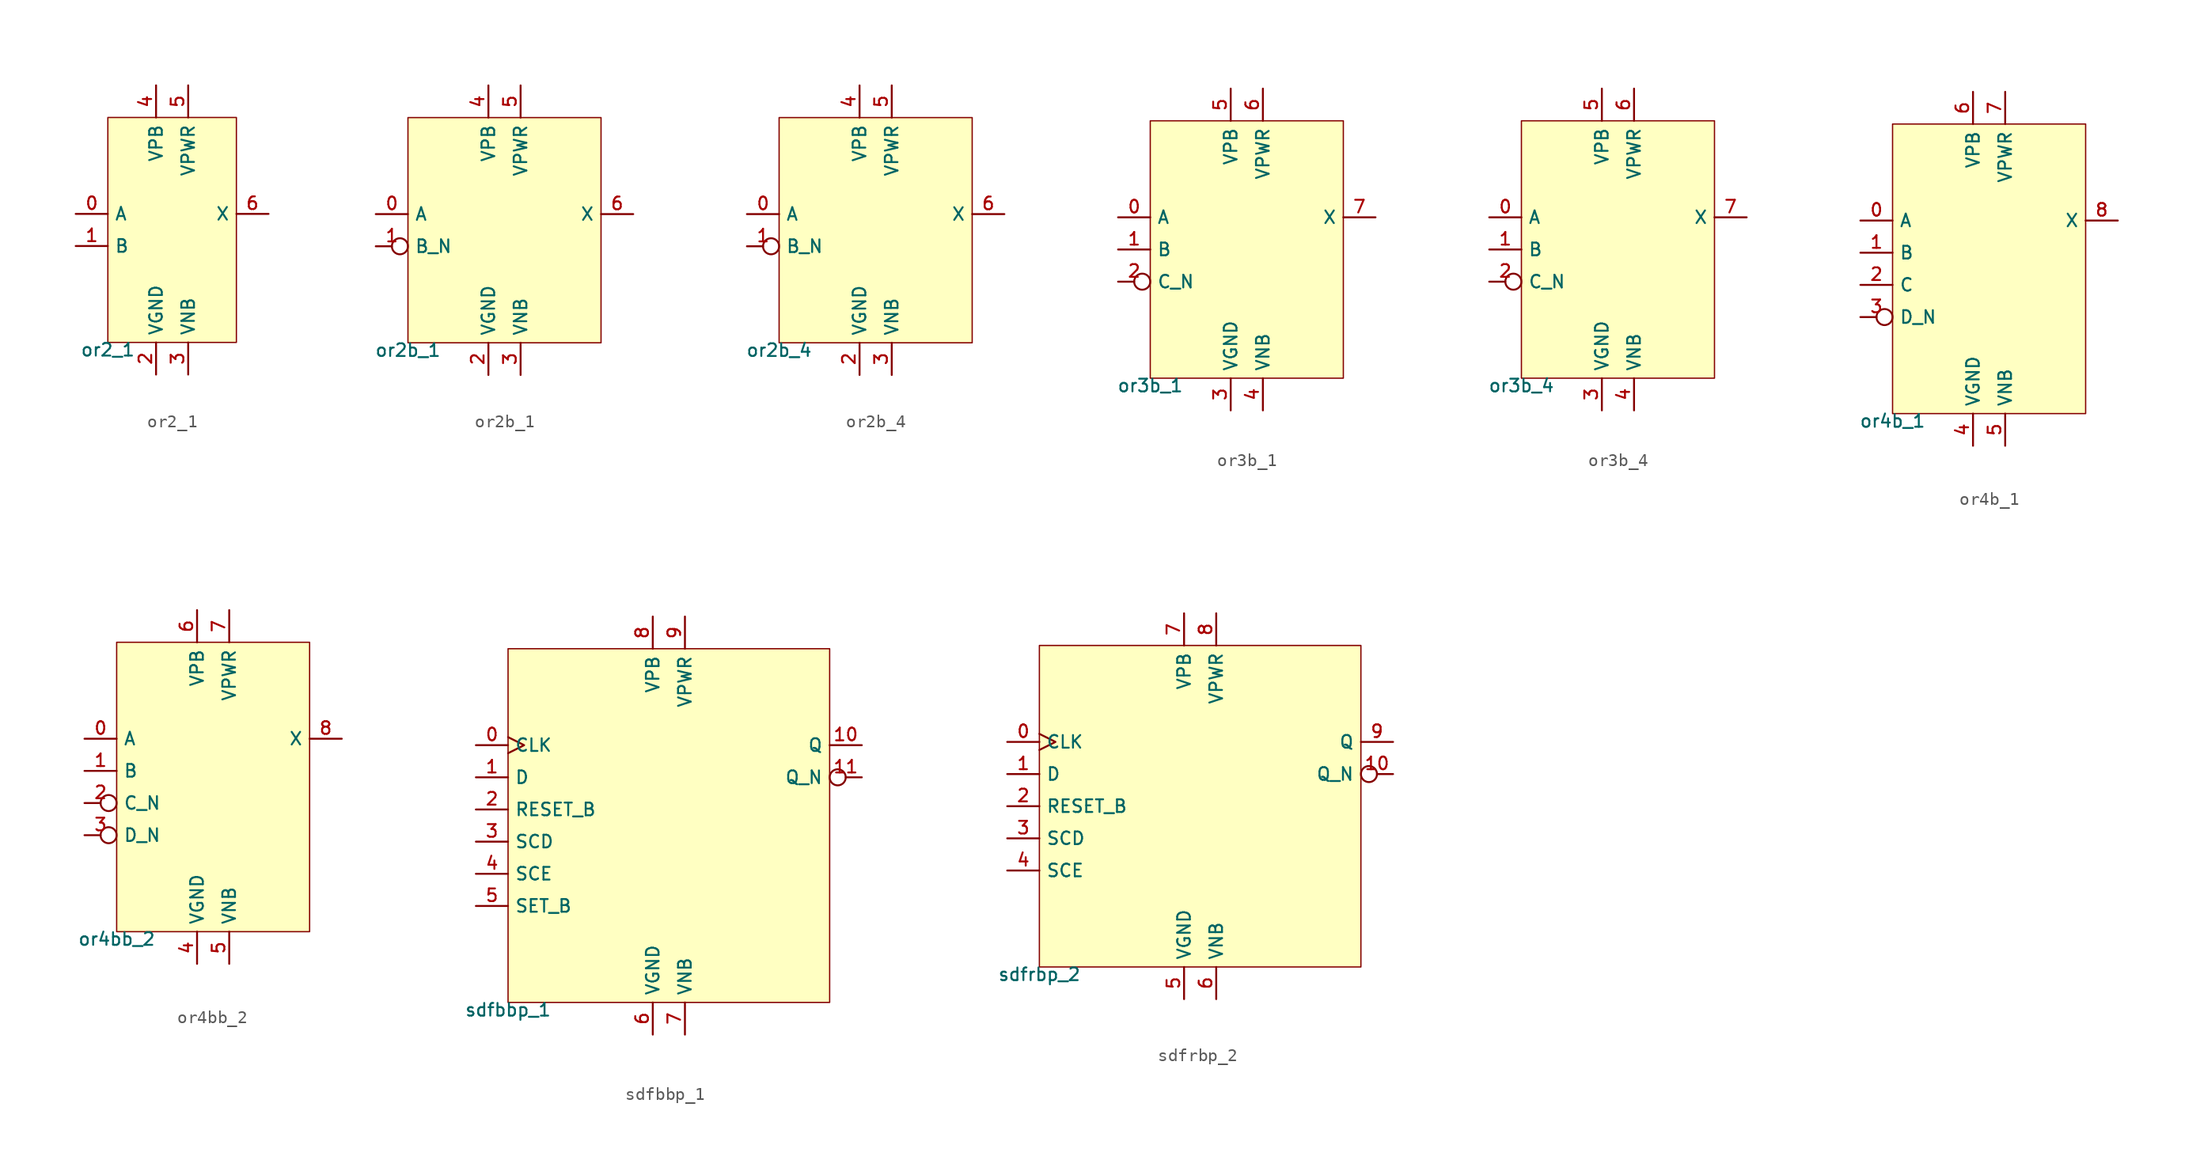
<source format=kicad_sym>
(kicad_symbol_lib
  (version 20211014)
  (generator lef2kicad_sym)
  (symbol "or2_1"
    (property "Reference" "CELL"
      (at 0 0 0)
      (effects (font (size 1 1)) hide))
    (property "Value" "or2_1"
      (at -5.08 -8.89 0)
      (effects (font (size 1 1)) (justify top)))
    (rectangle
      (start -5.08 -8.89)
      (end 5.08 8.89)
      (stroke (width 0.1) (type solid) (color 0 0 0 0))
      (fill (type background)))
    (pin input line
      (at -7.62 1.27 0)
      (length 2.54)
      (name "A" (effects (font (size 1 1)) hide))
      (number "0" (effects (font (size 1 1)) hide)))
    (pin input line
      (at -7.62 -1.27 0)
      (length 2.54)
      (name "B" (effects (font (size 1 1)) hide))
      (number "1" (effects (font (size 1 1)) hide)))
    (pin power_in line
      (at -1.27 -11.43 90)
      (length 2.54)
      (name "VGND" (effects (font (size 1 1)) hide))
      (number "2" (effects (font (size 1 1)) hide)))
    (pin power_in line
      (at 1.27 -11.43 90)
      (length 2.54)
      (name "VNB" (effects (font (size 1 1)) hide))
      (number "3" (effects (font (size 1 1)) hide)))
    (pin power_in line
      (at -1.27 11.43 270)
      (length 2.54)
      (name "VPB" (effects (font (size 1 1)) hide))
      (number "4" (effects (font (size 1 1)) hide)))
    (pin power_in line
      (at 1.27 11.43 270)
      (length 2.54)
      (name "VPWR" (effects (font (size 1 1)) hide))
      (number "5" (effects (font (size 1 1)) hide)))
    (pin output line
      (at 7.62 1.27 180)
      (length 2.54)
      (name "X" (effects (font (size 1 1)) hide))
      (number "6" (effects (font (size 1 1)) hide))))
  (symbol "or2b_1"
    (property "Reference" "CELL"
      (at 0 0 0)
      (effects (font (size 1 1)) hide))
    (property "Value" "or2b_1"
      (at -7.62 -8.89 0)
      (effects (font (size 1 1)) (justify top)))
    (rectangle
      (start -7.62 -8.89)
      (end 7.62 8.89)
      (stroke (width 0.1) (type solid) (color 0 0 0 0))
      (fill (type background)))
    (pin input line
      (at -10.16 1.27 0)
      (length 2.54)
      (name "A" (effects (font (size 1 1)) hide))
      (number "0" (effects (font (size 1 1)) hide)))
    (pin input inverted
      (at -10.16 -1.27 0)
      (length 2.54)
      (name "B_N" (effects (font (size 1 1)) hide))
      (number "1" (effects (font (size 1 1)) hide)))
    (pin power_in line
      (at -1.27 -11.43 90)
      (length 2.54)
      (name "VGND" (effects (font (size 1 1)) hide))
      (number "2" (effects (font (size 1 1)) hide)))
    (pin power_in line
      (at 1.27 -11.43 90)
      (length 2.54)
      (name "VNB" (effects (font (size 1 1)) hide))
      (number "3" (effects (font (size 1 1)) hide)))
    (pin power_in line
      (at -1.27 11.43 270)
      (length 2.54)
      (name "VPB" (effects (font (size 1 1)) hide))
      (number "4" (effects (font (size 1 1)) hide)))
    (pin power_in line
      (at 1.27 11.43 270)
      (length 2.54)
      (name "VPWR" (effects (font (size 1 1)) hide))
      (number "5" (effects (font (size 1 1)) hide)))
    (pin output line
      (at 10.16 1.27 180)
      (length 2.54)
      (name "X" (effects (font (size 1 1)) hide))
      (number "6" (effects (font (size 1 1)) hide))))
  (symbol "or2b_4"
    (property "Reference" "CELL"
      (at 0 0 0)
      (effects (font (size 1 1)) hide))
    (property "Value" "or2b_4"
      (at -7.62 -8.89 0)
      (effects (font (size 1 1)) (justify top)))
    (rectangle
      (start -7.62 -8.89)
      (end 7.62 8.89)
      (stroke (width 0.1) (type solid) (color 0 0 0 0))
      (fill (type background)))
    (pin input line
      (at -10.16 1.27 0)
      (length 2.54)
      (name "A" (effects (font (size 1 1)) hide))
      (number "0" (effects (font (size 1 1)) hide)))
    (pin input inverted
      (at -10.16 -1.27 0)
      (length 2.54)
      (name "B_N" (effects (font (size 1 1)) hide))
      (number "1" (effects (font (size 1 1)) hide)))
    (pin power_in line
      (at -1.27 -11.43 90)
      (length 2.54)
      (name "VGND" (effects (font (size 1 1)) hide))
      (number "2" (effects (font (size 1 1)) hide)))
    (pin power_in line
      (at 1.27 -11.43 90)
      (length 2.54)
      (name "VNB" (effects (font (size 1 1)) hide))
      (number "3" (effects (font (size 1 1)) hide)))
    (pin power_in line
      (at -1.27 11.43 270)
      (length 2.54)
      (name "VPB" (effects (font (size 1 1)) hide))
      (number "4" (effects (font (size 1 1)) hide)))
    (pin power_in line
      (at 1.27 11.43 270)
      (length 2.54)
      (name "VPWR" (effects (font (size 1 1)) hide))
      (number "5" (effects (font (size 1 1)) hide)))
    (pin output line
      (at 10.16 1.27 180)
      (length 2.54)
      (name "X" (effects (font (size 1 1)) hide))
      (number "6" (effects (font (size 1 1)) hide))))
  (symbol "or3b_1"
    (property "Reference" "CELL"
      (at 0 0 0)
      (effects (font (size 1 1)) hide))
    (property "Value" "or3b_1"
      (at -7.62 -10.16 0)
      (effects (font (size 1 1)) (justify top)))
    (rectangle
      (start -7.62 -10.16)
      (end 7.62 10.16)
      (stroke (width 0.1) (type solid) (color 0 0 0 0))
      (fill (type background)))
    (pin input line
      (at -10.16 2.54 0)
      (length 2.54)
      (name "A" (effects (font (size 1 1)) hide))
      (number "0" (effects (font (size 1 1)) hide)))
    (pin input line
      (at -10.16 0.0 0)
      (length 2.54)
      (name "B" (effects (font (size 1 1)) hide))
      (number "1" (effects (font (size 1 1)) hide)))
    (pin input inverted
      (at -10.16 -2.54 0)
      (length 2.54)
      (name "C_N" (effects (font (size 1 1)) hide))
      (number "2" (effects (font (size 1 1)) hide)))
    (pin power_in line
      (at -1.27 -12.7 90)
      (length 2.54)
      (name "VGND" (effects (font (size 1 1)) hide))
      (number "3" (effects (font (size 1 1)) hide)))
    (pin power_in line
      (at 1.27 -12.7 90)
      (length 2.54)
      (name "VNB" (effects (font (size 1 1)) hide))
      (number "4" (effects (font (size 1 1)) hide)))
    (pin power_in line
      (at -1.27 12.7 270)
      (length 2.54)
      (name "VPB" (effects (font (size 1 1)) hide))
      (number "5" (effects (font (size 1 1)) hide)))
    (pin power_in line
      (at 1.27 12.7 270)
      (length 2.54)
      (name "VPWR" (effects (font (size 1 1)) hide))
      (number "6" (effects (font (size 1 1)) hide)))
    (pin output line
      (at 10.16 2.54 180)
      (length 2.54)
      (name "X" (effects (font (size 1 1)) hide))
      (number "7" (effects (font (size 1 1)) hide))))
  (symbol "or3b_4"
    (property "Reference" "CELL"
      (at 0 0 0)
      (effects (font (size 1 1)) hide))
    (property "Value" "or3b_4"
      (at -7.62 -10.16 0)
      (effects (font (size 1 1)) (justify top)))
    (rectangle
      (start -7.62 -10.16)
      (end 7.62 10.16)
      (stroke (width 0.1) (type solid) (color 0 0 0 0))
      (fill (type background)))
    (pin input line
      (at -10.16 2.54 0)
      (length 2.54)
      (name "A" (effects (font (size 1 1)) hide))
      (number "0" (effects (font (size 1 1)) hide)))
    (pin input line
      (at -10.16 0.0 0)
      (length 2.54)
      (name "B" (effects (font (size 1 1)) hide))
      (number "1" (effects (font (size 1 1)) hide)))
    (pin input inverted
      (at -10.16 -2.54 0)
      (length 2.54)
      (name "C_N" (effects (font (size 1 1)) hide))
      (number "2" (effects (font (size 1 1)) hide)))
    (pin power_in line
      (at -1.27 -12.7 90)
      (length 2.54)
      (name "VGND" (effects (font (size 1 1)) hide))
      (number "3" (effects (font (size 1 1)) hide)))
    (pin power_in line
      (at 1.27 -12.7 90)
      (length 2.54)
      (name "VNB" (effects (font (size 1 1)) hide))
      (number "4" (effects (font (size 1 1)) hide)))
    (pin power_in line
      (at -1.27 12.7 270)
      (length 2.54)
      (name "VPB" (effects (font (size 1 1)) hide))
      (number "5" (effects (font (size 1 1)) hide)))
    (pin power_in line
      (at 1.27 12.7 270)
      (length 2.54)
      (name "VPWR" (effects (font (size 1 1)) hide))
      (number "6" (effects (font (size 1 1)) hide)))
    (pin output line
      (at 10.16 2.54 180)
      (length 2.54)
      (name "X" (effects (font (size 1 1)) hide))
      (number "7" (effects (font (size 1 1)) hide))))
  (symbol "or4b_1"
    (property "Reference" "CELL"
      (at 0 0 0)
      (effects (font (size 1 1)) hide))
    (property "Value" "or4b_1"
      (at -7.62 -11.43 0)
      (effects (font (size 1 1)) (justify top)))
    (rectangle
      (start -7.62 -11.43)
      (end 7.62 11.43)
      (stroke (width 0.1) (type solid) (color 0 0 0 0))
      (fill (type background)))
    (pin input line
      (at -10.16 3.81 0)
      (length 2.54)
      (name "A" (effects (font (size 1 1)) hide))
      (number "0" (effects (font (size 1 1)) hide)))
    (pin input line
      (at -10.16 1.27 0)
      (length 2.54)
      (name "B" (effects (font (size 1 1)) hide))
      (number "1" (effects (font (size 1 1)) hide)))
    (pin input line
      (at -10.16 -1.27 0)
      (length 2.54)
      (name "C" (effects (font (size 1 1)) hide))
      (number "2" (effects (font (size 1 1)) hide)))
    (pin input inverted
      (at -10.16 -3.81 0)
      (length 2.54)
      (name "D_N" (effects (font (size 1 1)) hide))
      (number "3" (effects (font (size 1 1)) hide)))
    (pin power_in line
      (at -1.27 -13.97 90)
      (length 2.54)
      (name "VGND" (effects (font (size 1 1)) hide))
      (number "4" (effects (font (size 1 1)) hide)))
    (pin power_in line
      (at 1.27 -13.97 90)
      (length 2.54)
      (name "VNB" (effects (font (size 1 1)) hide))
      (number "5" (effects (font (size 1 1)) hide)))
    (pin power_in line
      (at -1.27 13.97 270)
      (length 2.54)
      (name "VPB" (effects (font (size 1 1)) hide))
      (number "6" (effects (font (size 1 1)) hide)))
    (pin power_in line
      (at 1.27 13.97 270)
      (length 2.54)
      (name "VPWR" (effects (font (size 1 1)) hide))
      (number "7" (effects (font (size 1 1)) hide)))
    (pin output line
      (at 10.16 3.81 180)
      (length 2.54)
      (name "X" (effects (font (size 1 1)) hide))
      (number "8" (effects (font (size 1 1)) hide))))
  (symbol "or4bb_2"
    (property "Reference" "CELL"
      (at 0 0 0)
      (effects (font (size 1 1)) hide))
    (property "Value" "or4bb_2"
      (at -7.62 -11.43 0)
      (effects (font (size 1 1)) (justify top)))
    (rectangle
      (start -7.62 -11.43)
      (end 7.62 11.43)
      (stroke (width 0.1) (type solid) (color 0 0 0 0))
      (fill (type background)))
    (pin input line
      (at -10.16 3.81 0)
      (length 2.54)
      (name "A" (effects (font (size 1 1)) hide))
      (number "0" (effects (font (size 1 1)) hide)))
    (pin input line
      (at -10.16 1.27 0)
      (length 2.54)
      (name "B" (effects (font (size 1 1)) hide))
      (number "1" (effects (font (size 1 1)) hide)))
    (pin input inverted
      (at -10.16 -1.27 0)
      (length 2.54)
      (name "C_N" (effects (font (size 1 1)) hide))
      (number "2" (effects (font (size 1 1)) hide)))
    (pin input inverted
      (at -10.16 -3.81 0)
      (length 2.54)
      (name "D_N" (effects (font (size 1 1)) hide))
      (number "3" (effects (font (size 1 1)) hide)))
    (pin power_in line
      (at -1.27 -13.97 90)
      (length 2.54)
      (name "VGND" (effects (font (size 1 1)) hide))
      (number "4" (effects (font (size 1 1)) hide)))
    (pin power_in line
      (at 1.27 -13.97 90)
      (length 2.54)
      (name "VNB" (effects (font (size 1 1)) hide))
      (number "5" (effects (font (size 1 1)) hide)))
    (pin power_in line
      (at -1.27 13.97 270)
      (length 2.54)
      (name "VPB" (effects (font (size 1 1)) hide))
      (number "6" (effects (font (size 1 1)) hide)))
    (pin power_in line
      (at 1.27 13.97 270)
      (length 2.54)
      (name "VPWR" (effects (font (size 1 1)) hide))
      (number "7" (effects (font (size 1 1)) hide)))
    (pin output line
      (at 10.16 3.81 180)
      (length 2.54)
      (name "X" (effects (font (size 1 1)) hide))
      (number "8" (effects (font (size 1 1)) hide))))
  (symbol "sdfbbp_1"
    (property "Reference" "CELL"
      (at 0 0 0)
      (effects (font (size 1 1)) hide))
    (property "Value" "sdfbbp_1"
      (at -12.7 -13.97 0)
      (effects (font (size 1 1)) (justify top)))
    (rectangle
      (start -12.7 -13.97)
      (end 12.7 13.97)
      (stroke (width 0.1) (type solid) (color 0 0 0 0))
      (fill (type background)))
    (pin input clock
      (at -15.24 6.35 0)
      (length 2.54)
      (name "CLK" (effects (font (size 1 1)) hide))
      (number "0" (effects (font (size 1 1)) hide)))
    (pin input line
      (at -15.24 3.81 0)
      (length 2.54)
      (name "D" (effects (font (size 1 1)) hide))
      (number "1" (effects (font (size 1 1)) hide)))
    (pin input line
      (at -15.24 1.27 0)
      (length 2.54)
      (name "RESET_B" (effects (font (size 1 1)) hide))
      (number "2" (effects (font (size 1 1)) hide)))
    (pin input line
      (at -15.24 -1.27 0)
      (length 2.54)
      (name "SCD" (effects (font (size 1 1)) hide))
      (number "3" (effects (font (size 1 1)) hide)))
    (pin input line
      (at -15.24 -3.81 0)
      (length 2.54)
      (name "SCE" (effects (font (size 1 1)) hide))
      (number "4" (effects (font (size 1 1)) hide)))
    (pin input line
      (at -15.24 -6.35 0)
      (length 2.54)
      (name "SET_B" (effects (font (size 1 1)) hide))
      (number "5" (effects (font (size 1 1)) hide)))
    (pin power_in line
      (at -1.27 -16.51 90)
      (length 2.54)
      (name "VGND" (effects (font (size 1 1)) hide))
      (number "6" (effects (font (size 1 1)) hide)))
    (pin power_in line
      (at 1.27 -16.51 90)
      (length 2.54)
      (name "VNB" (effects (font (size 1 1)) hide))
      (number "7" (effects (font (size 1 1)) hide)))
    (pin power_in line
      (at -1.27 16.51 270)
      (length 2.54)
      (name "VPB" (effects (font (size 1 1)) hide))
      (number "8" (effects (font (size 1 1)) hide)))
    (pin power_in line
      (at 1.27 16.51 270)
      (length 2.54)
      (name "VPWR" (effects (font (size 1 1)) hide))
      (number "9" (effects (font (size 1 1)) hide)))
    (pin output line
      (at 15.24 6.35 180)
      (length 2.54)
      (name "Q" (effects (font (size 1 1)) hide))
      (number "10" (effects (font (size 1 1)) hide)))
    (pin output inverted
      (at 15.24 3.81 180)
      (length 2.54)
      (name "Q_N" (effects (font (size 1 1)) hide))
      (number "11" (effects (font (size 1 1)) hide))))
  (symbol "sdfrbp_2"
    (property "Reference" "CELL"
      (at 0 0 0)
      (effects (font (size 1 1)) hide))
    (property "Value" "sdfrbp_2"
      (at -12.7 -12.7 0)
      (effects (font (size 1 1)) (justify top)))
    (rectangle
      (start -12.7 -12.7)
      (end 12.7 12.7)
      (stroke (width 0.1) (type solid) (color 0 0 0 0))
      (fill (type background)))
    (pin input clock
      (at -15.24 5.08 0)
      (length 2.54)
      (name "CLK" (effects (font (size 1 1)) hide))
      (number "0" (effects (font (size 1 1)) hide)))
    (pin input line
      (at -15.24 2.54 0)
      (length 2.54)
      (name "D" (effects (font (size 1 1)) hide))
      (number "1" (effects (font (size 1 1)) hide)))
    (pin input line
      (at -15.24 -8.881784197001252e-16 0)
      (length 2.54)
      (name "RESET_B" (effects (font (size 1 1)) hide))
      (number "2" (effects (font (size 1 1)) hide)))
    (pin input line
      (at -15.24 -2.54 0)
      (length 2.54)
      (name "SCD" (effects (font (size 1 1)) hide))
      (number "3" (effects (font (size 1 1)) hide)))
    (pin input line
      (at -15.24 -5.08 0)
      (length 2.54)
      (name "SCE" (effects (font (size 1 1)) hide))
      (number "4" (effects (font (size 1 1)) hide)))
    (pin power_in line
      (at -1.27 -15.24 90)
      (length 2.54)
      (name "VGND" (effects (font (size 1 1)) hide))
      (number "5" (effects (font (size 1 1)) hide)))
    (pin power_in line
      (at 1.27 -15.24 90)
      (length 2.54)
      (name "VNB" (effects (font (size 1 1)) hide))
      (number "6" (effects (font (size 1 1)) hide)))
    (pin power_in line
      (at -1.27 15.24 270)
      (length 2.54)
      (name "VPB" (effects (font (size 1 1)) hide))
      (number "7" (effects (font (size 1 1)) hide)))
    (pin power_in line
      (at 1.27 15.24 270)
      (length 2.54)
      (name "VPWR" (effects (font (size 1 1)) hide))
      (number "8" (effects (font (size 1 1)) hide)))
    (pin output line
      (at 15.24 5.08 180)
      (length 2.54)
      (name "Q" (effects (font (size 1 1)) hide))
      (number "9" (effects (font (size 1 1)) hide)))
    (pin output inverted
      (at 15.24 2.54 180)
      (length 2.54)
      (name "Q_N" (effects (font (size 1 1)) hide))
      (number "10" (effects (font (size 1 1)) hide)))))
</source>
